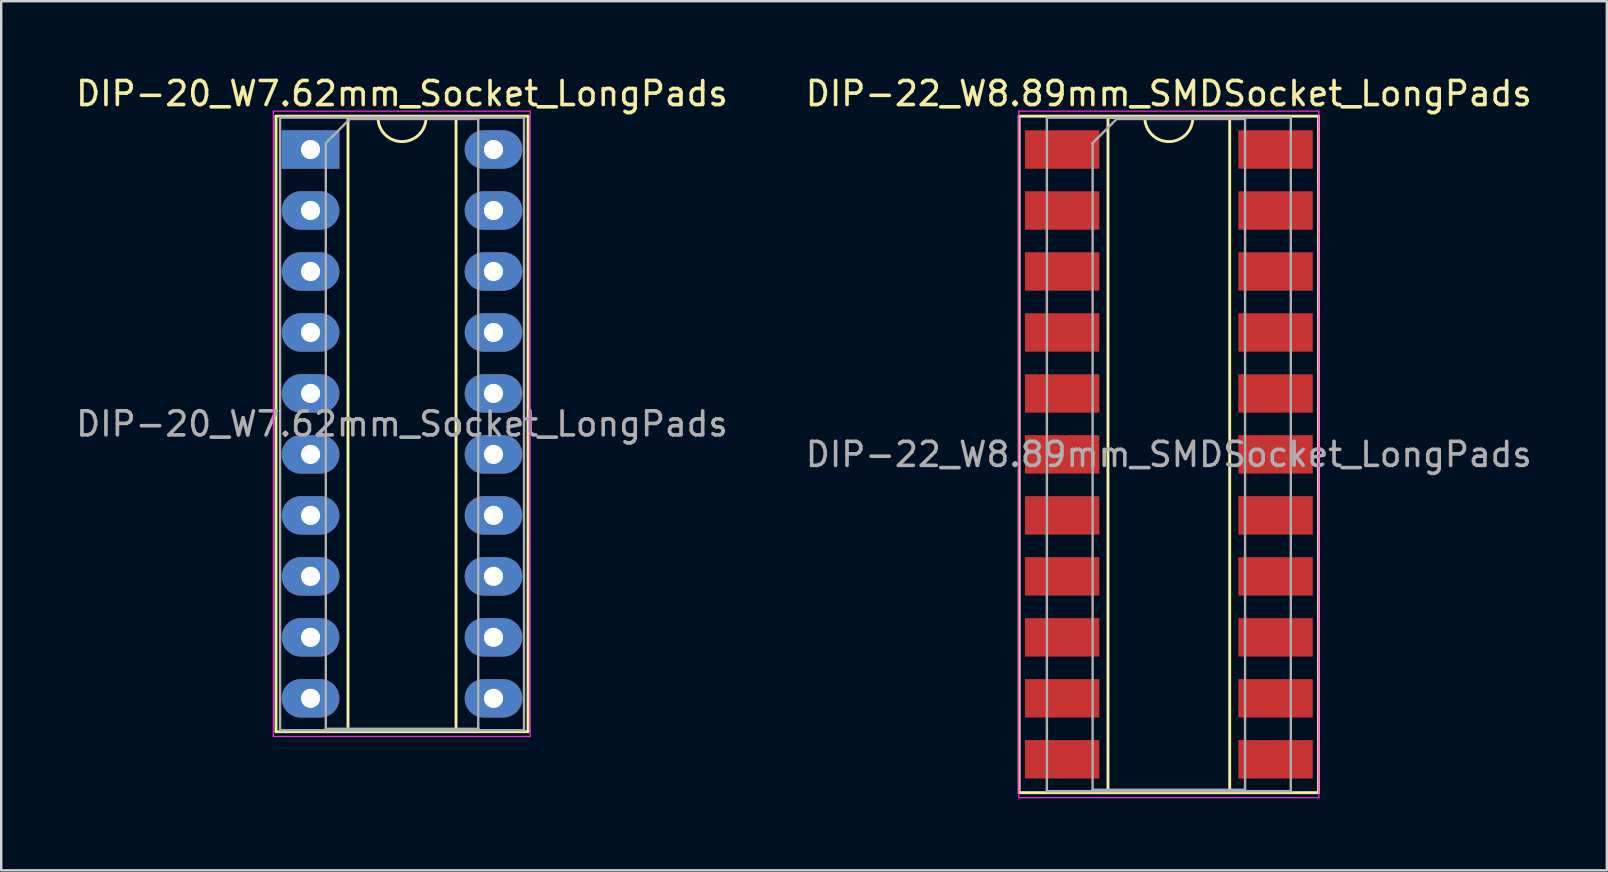
<source format=kicad_pcb>
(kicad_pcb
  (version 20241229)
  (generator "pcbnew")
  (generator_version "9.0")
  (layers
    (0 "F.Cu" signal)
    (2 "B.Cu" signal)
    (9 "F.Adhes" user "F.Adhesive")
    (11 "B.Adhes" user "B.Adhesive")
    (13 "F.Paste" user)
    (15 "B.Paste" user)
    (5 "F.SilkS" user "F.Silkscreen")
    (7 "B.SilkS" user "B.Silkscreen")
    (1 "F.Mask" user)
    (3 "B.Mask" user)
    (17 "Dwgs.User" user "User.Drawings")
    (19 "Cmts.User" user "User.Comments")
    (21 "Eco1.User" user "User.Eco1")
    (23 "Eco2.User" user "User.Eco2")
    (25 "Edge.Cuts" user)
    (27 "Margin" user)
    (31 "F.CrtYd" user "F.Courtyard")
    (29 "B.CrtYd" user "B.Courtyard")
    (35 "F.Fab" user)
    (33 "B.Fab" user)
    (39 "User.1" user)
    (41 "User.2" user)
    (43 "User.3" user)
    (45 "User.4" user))
  (footprint "DIP-22_W8.89mm_SMDSocket_LongPads"
    (layer "F.Cu")
    (at 45.637 15.878)
    (property "Reference" "DIP-22_W8.89mm_SMDSocket_LongPads" (at 0 -15.03 0) (layer "F.SilkS") (effects (font (size 1 1) (thickness 0.15))))
    (attr smd)
    (fp_line (start -6.235 -14.09) (end -6.235 14.09) (stroke (width 0.12) (type solid)) (layer "F.SilkS"))
    (fp_line (start -6.235 14.09) (end 6.235 14.09) (stroke (width 0.12) (type solid)) (layer "F.SilkS"))
    (fp_line (start -2.535 -14.03) (end -2.535 14.03) (stroke (width 0.12) (type solid)) (layer "F.SilkS"))
    (fp_line (start -2.535 14.03) (end 2.535 14.03) (stroke (width 0.12) (type solid)) (layer "F.SilkS"))
    (fp_line (start -1 -14.03) (end -2.535 -14.03) (stroke (width 0.12) (type solid)) (layer "F.SilkS"))
    (fp_line (start 2.535 -14.03) (end 1 -14.03) (stroke (width 0.12) (type solid)) (layer "F.SilkS"))
    (fp_line (start 2.535 14.03) (end 2.535 -14.03) (stroke (width 0.12) (type solid)) (layer "F.SilkS"))
    (fp_line (start 6.235 -14.09) (end -6.235 -14.09) (stroke (width 0.12) (type solid)) (layer "F.SilkS"))
    (fp_line (start 6.235 14.09) (end 6.235 -14.09) (stroke (width 0.12) (type solid)) (layer "F.SilkS"))
    (fp_arc (start 1 -14.03) (mid 0 -13.03) (end -1 -14.03) (stroke (width 0.12) (type solid)) (layer "F.SilkS"))
    (fp_line (start -6.25 -14.3) (end -6.25 14.3) (stroke (width 0.05) (type solid)) (layer "F.CrtYd"))
    (fp_line (start -6.25 14.3) (end 6.25 14.3) (stroke (width 0.05) (type solid)) (layer "F.CrtYd"))
    (fp_line (start 6.25 -14.3) (end -6.25 -14.3) (stroke (width 0.05) (type solid)) (layer "F.CrtYd"))
    (fp_line (start 6.25 14.3) (end 6.25 -14.3) (stroke (width 0.05) (type solid)) (layer "F.CrtYd"))
    (fp_line (start -5.08 -14.03) (end -5.08 14.03) (stroke (width 0.1) (type solid)) (layer "F.Fab"))
    (fp_line (start -5.08 14.03) (end 5.08 14.03) (stroke (width 0.1) (type solid)) (layer "F.Fab"))
    (fp_line (start -3.175 -12.97) (end -2.175 -13.97) (stroke (width 0.1) (type solid)) (layer "F.Fab"))
    (fp_line (start -3.175 13.97) (end -3.175 -12.97) (stroke (width 0.1) (type solid)) (layer "F.Fab"))
    (fp_line (start -2.175 -13.97) (end 3.175 -13.97) (stroke (width 0.1) (type solid)) (layer "F.Fab"))
    (fp_line (start 3.175 -13.97) (end 3.175 13.97) (stroke (width 0.1) (type solid)) (layer "F.Fab"))
    (fp_line (start 3.175 13.97) (end -3.175 13.97) (stroke (width 0.1) (type solid)) (layer "F.Fab"))
    (fp_line (start 5.08 -14.03) (end -5.08 -14.03) (stroke (width 0.1) (type solid)) (layer "F.Fab"))
    (fp_line (start 5.08 14.03) (end 5.08 -14.03) (stroke (width 0.1) (type solid)) (layer "F.Fab"))
    (fp_text user "${REFERENCE}" (at 0 0 0) (layer "F.Fab") (effects (font (size 1 1) (thickness 0.15))))
    (pad "1" smd rect (at -4.445 -12.7) (size 3.1 1.6) (layers "F.Cu" "F.Mask" "F.Paste"))
    (pad "2" smd rect (at -4.445 -10.16) (size 3.1 1.6) (layers "F.Cu" "F.Mask" "F.Paste"))
    (pad "3" smd rect (at -4.445 -7.62) (size 3.1 1.6) (layers "F.Cu" "F.Mask" "F.Paste"))
    (pad "4" smd rect (at -4.445 -5.08) (size 3.1 1.6) (layers "F.Cu" "F.Mask" "F.Paste"))
    (pad "5" smd rect (at -4.445 -2.54) (size 3.1 1.6) (layers "F.Cu" "F.Mask" "F.Paste"))
    (pad "6" smd rect (at -4.445 0) (size 3.1 1.6) (layers "F.Cu" "F.Mask" "F.Paste"))
    (pad "7" smd rect (at -4.445 2.54) (size 3.1 1.6) (layers "F.Cu" "F.Mask" "F.Paste"))
    (pad "8" smd rect (at -4.445 5.08) (size 3.1 1.6) (layers "F.Cu" "F.Mask" "F.Paste"))
    (pad "9" smd rect (at -4.445 7.62) (size 3.1 1.6) (layers "F.Cu" "F.Mask" "F.Paste"))
    (pad "10" smd rect (at -4.445 10.16) (size 3.1 1.6) (layers "F.Cu" "F.Mask" "F.Paste"))
    (pad "11" smd rect (at -4.445 12.7) (size 3.1 1.6) (layers "F.Cu" "F.Mask" "F.Paste"))
    (pad "12" smd rect (at 4.445 12.7) (size 3.1 1.6) (layers "F.Cu" "F.Mask" "F.Paste"))
    (pad "13" smd rect (at 4.445 10.16) (size 3.1 1.6) (layers "F.Cu" "F.Mask" "F.Paste"))
    (pad "14" smd rect (at 4.445 7.62) (size 3.1 1.6) (layers "F.Cu" "F.Mask" "F.Paste"))
    (pad "15" smd rect (at 4.445 5.08) (size 3.1 1.6) (layers "F.Cu" "F.Mask" "F.Paste"))
    (pad "16" smd rect (at 4.445 2.54) (size 3.1 1.6) (layers "F.Cu" "F.Mask" "F.Paste"))
    (pad "17" smd rect (at 4.445 0) (size 3.1 1.6) (layers "F.Cu" "F.Mask" "F.Paste"))
    (pad "18" smd rect (at 4.445 -2.54) (size 3.1 1.6) (layers "F.Cu" "F.Mask" "F.Paste"))
    (pad "19" smd rect (at 4.445 -5.08) (size 3.1 1.6) (layers "F.Cu" "F.Mask" "F.Paste"))
    (pad "20" smd rect (at 4.445 -7.62) (size 3.1 1.6) (layers "F.Cu" "F.Mask" "F.Paste"))
    (pad "21" smd rect (at 4.445 -10.16) (size 3.1 1.6) (layers "F.Cu" "F.Mask" "F.Paste"))
    (pad "22" smd rect (at 4.445 -12.7) (size 3.1 1.6) (layers "F.Cu" "F.Mask" "F.Paste")))
  (footprint "DIP-20_W7.62mm_Socket_LongPads"
    (layer "F.Cu")
    (at 9.886 3.178)
    (property "Reference" "DIP-20_W7.62mm_Socket_LongPads" (at 3.81 -2.33 0) (layer "F.SilkS") (effects (font (size 1 1) (thickness 0.15))))
    (attr through_hole)
    (fp_line (start -1.44 -1.39) (end -1.44 24.25) (stroke (width 0.12) (type solid)) (layer "F.SilkS"))
    (fp_line (start -1.44 24.25) (end 9.06 24.25) (stroke (width 0.12) (type solid)) (layer "F.SilkS"))
    (fp_line (start 1.56 -1.33) (end 1.56 24.19) (stroke (width 0.12) (type solid)) (layer "F.SilkS"))
    (fp_line (start 1.56 24.19) (end 6.06 24.19) (stroke (width 0.12) (type solid)) (layer "F.SilkS"))
    (fp_line (start 2.81 -1.33) (end 1.56 -1.33) (stroke (width 0.12) (type solid)) (layer "F.SilkS"))
    (fp_line (start 6.06 -1.33) (end 4.81 -1.33) (stroke (width 0.12) (type solid)) (layer "F.SilkS"))
    (fp_line (start 6.06 24.19) (end 6.06 -1.33) (stroke (width 0.12) (type solid)) (layer "F.SilkS"))
    (fp_line (start 9.06 -1.39) (end -1.44 -1.39) (stroke (width 0.12) (type solid)) (layer "F.SilkS"))
    (fp_line (start 9.06 24.25) (end 9.06 -1.39) (stroke (width 0.12) (type solid)) (layer "F.SilkS"))
    (fp_arc (start 4.81 -1.33) (mid 3.81 -0.33) (end 2.81 -1.33) (stroke (width 0.12) (type solid)) (layer "F.SilkS"))
    (fp_line (start -1.55 -1.6) (end -1.55 24.45) (stroke (width 0.05) (type solid)) (layer "F.CrtYd"))
    (fp_line (start -1.55 24.45) (end 9.15 24.45) (stroke (width 0.05) (type solid)) (layer "F.CrtYd"))
    (fp_line (start 9.15 -1.6) (end -1.55 -1.6) (stroke (width 0.05) (type solid)) (layer "F.CrtYd"))
    (fp_line (start 9.15 24.45) (end 9.15 -1.6) (stroke (width 0.05) (type solid)) (layer "F.CrtYd"))
    (fp_line (start -1.27 -1.33) (end -1.27 24.19) (stroke (width 0.1) (type solid)) (layer "F.Fab"))
    (fp_line (start -1.27 24.19) (end 8.89 24.19) (stroke (width 0.1) (type solid)) (layer "F.Fab"))
    (fp_line (start 0.635 -0.27) (end 1.635 -1.27) (stroke (width 0.1) (type solid)) (layer "F.Fab"))
    (fp_line (start 0.635 24.13) (end 0.635 -0.27) (stroke (width 0.1) (type solid)) (layer "F.Fab"))
    (fp_line (start 1.635 -1.27) (end 6.985 -1.27) (stroke (width 0.1) (type solid)) (layer "F.Fab"))
    (fp_line (start 6.985 -1.27) (end 6.985 24.13) (stroke (width 0.1) (type solid)) (layer "F.Fab"))
    (fp_line (start 6.985 24.13) (end 0.635 24.13) (stroke (width 0.1) (type solid)) (layer "F.Fab"))
    (fp_line (start 8.89 -1.33) (end -1.27 -1.33) (stroke (width 0.1) (type solid)) (layer "F.Fab"))
    (fp_line (start 8.89 24.19) (end 8.89 -1.33) (stroke (width 0.1) (type solid)) (layer "F.Fab"))
    (fp_text user "${REFERENCE}" (at 3.81 11.43 0) (layer "F.Fab") (effects (font (size 1 1) (thickness 0.15))))
    (pad "1" thru_hole rect (at 0 0) (size 2.4 1.6) (drill 0.8) (layers "*.Cu" "*.Mask"))
    (pad "2" thru_hole oval (at 0 2.54) (size 2.4 1.6) (drill 0.8) (layers "*.Cu" "*.Mask"))
    (pad "3" thru_hole oval (at 0 5.08) (size 2.4 1.6) (drill 0.8) (layers "*.Cu" "*.Mask"))
    (pad "4" thru_hole oval (at 0 7.62) (size 2.4 1.6) (drill 0.8) (layers "*.Cu" "*.Mask"))
    (pad "5" thru_hole oval (at 0 10.16) (size 2.4 1.6) (drill 0.8) (layers "*.Cu" "*.Mask"))
    (pad "6" thru_hole oval (at 0 12.7) (size 2.4 1.6) (drill 0.8) (layers "*.Cu" "*.Mask"))
    (pad "7" thru_hole oval (at 0 15.24) (size 2.4 1.6) (drill 0.8) (layers "*.Cu" "*.Mask"))
    (pad "8" thru_hole oval (at 0 17.78) (size 2.4 1.6) (drill 0.8) (layers "*.Cu" "*.Mask"))
    (pad "9" thru_hole oval (at 0 20.32) (size 2.4 1.6) (drill 0.8) (layers "*.Cu" "*.Mask"))
    (pad "10" thru_hole oval (at 0 22.86) (size 2.4 1.6) (drill 0.8) (layers "*.Cu" "*.Mask"))
    (pad "11" thru_hole oval (at 7.62 22.86) (size 2.4 1.6) (drill 0.8) (layers "*.Cu" "*.Mask"))
    (pad "12" thru_hole oval (at 7.62 20.32) (size 2.4 1.6) (drill 0.8) (layers "*.Cu" "*.Mask"))
    (pad "13" thru_hole oval (at 7.62 17.78) (size 2.4 1.6) (drill 0.8) (layers "*.Cu" "*.Mask"))
    (pad "14" thru_hole oval (at 7.62 15.24) (size 2.4 1.6) (drill 0.8) (layers "*.Cu" "*.Mask"))
    (pad "15" thru_hole oval (at 7.62 12.7) (size 2.4 1.6) (drill 0.8) (layers "*.Cu" "*.Mask"))
    (pad "16" thru_hole oval (at 7.62 10.16) (size 2.4 1.6) (drill 0.8) (layers "*.Cu" "*.Mask"))
    (pad "17" thru_hole oval (at 7.62 7.62) (size 2.4 1.6) (drill 0.8) (layers "*.Cu" "*.Mask"))
    (pad "18" thru_hole oval (at 7.62 5.08) (size 2.4 1.6) (drill 0.8) (layers "*.Cu" "*.Mask"))
    (pad "19" thru_hole oval (at 7.62 2.54) (size 2.4 1.6) (drill 0.8) (layers "*.Cu" "*.Mask"))
    (pad "20" thru_hole oval (at 7.62 0) (size 2.4 1.6) (drill 0.8) (layers "*.Cu" "*.Mask")))
  (gr_rect
    (start -3 -3)
    (end 63.881 33.203)
    (stroke (width 0.1) (type default))
    (fill no)
    (layer "Edge.Cuts")))
</source>
